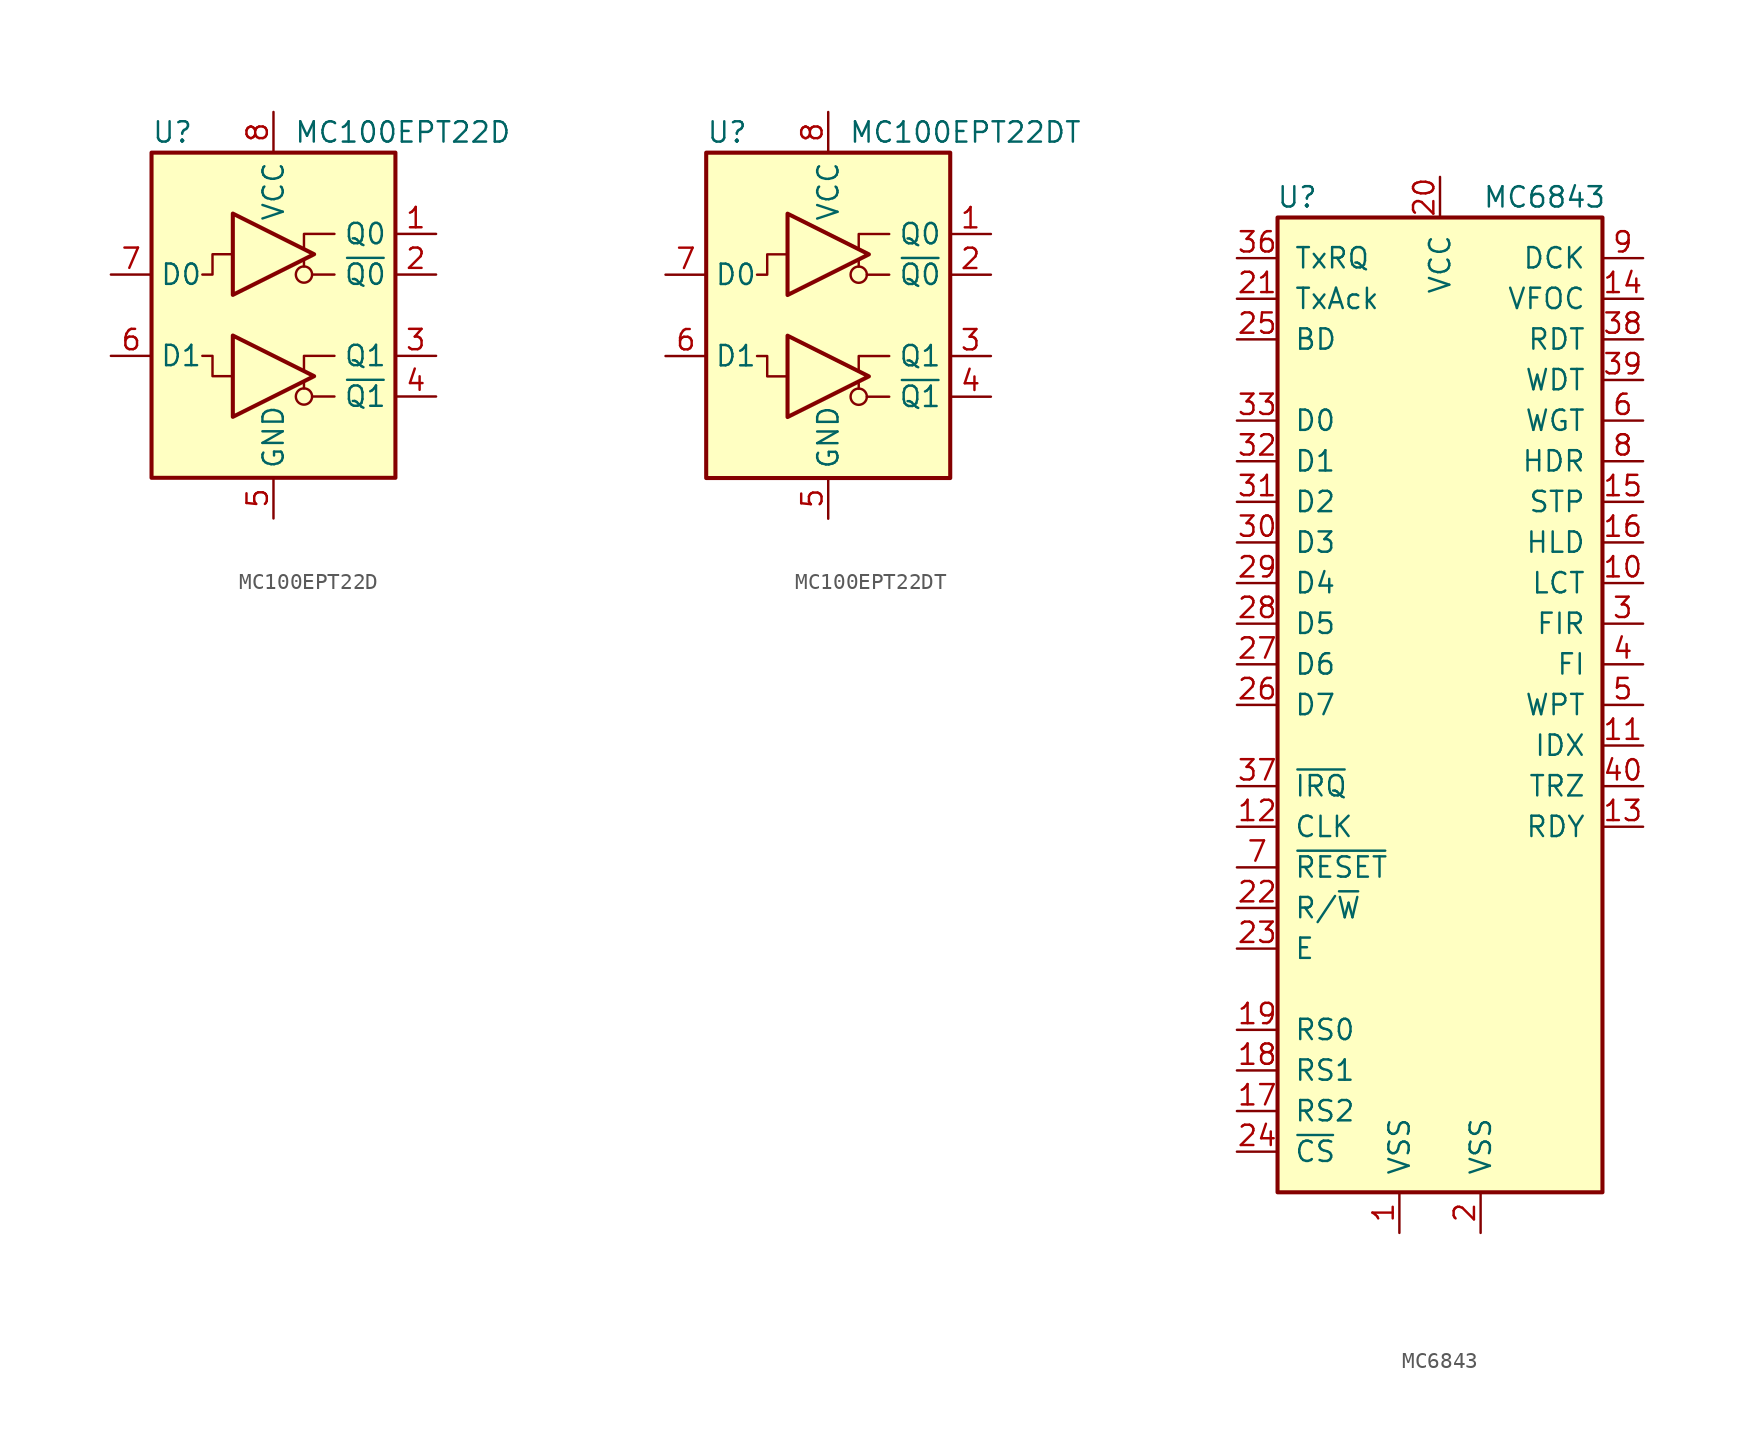
<source format=kicad_sym>
(kicad_symbol_lib
  (version 20200908)
  (generator kicad_symbol_editor)
  (symbol "Interface:MC100EPT22D"
    (property "Reference" "U"
      (at -7.62 11.43 0)
      (effects (font (size 1.27 1.27)) (justify left)))
    (property "Value" "MC100EPT22D"
      (at 1.27 11.43 0)
      (effects (font (size 1.27 1.27)) (justify left)))
    (symbol "MC100EPT22D_1_0"
      (circle (center 1.905 -5.08) (radius 0.508) (stroke (width 0)) (fill (type none)))
      (circle (center 1.905 2.54) (radius 0.508) (stroke (width 0)) (fill (type none)))
      (rectangle (start -7.62 10.16) (end 7.62 -10.16) (stroke (width 0.254)) (fill (type background)))
      (polyline (pts (xy 3.81 -5.08) (xy 2.413 -5.08)) (stroke (width 0)) (fill (type none)))
      (polyline (pts (xy 3.81 2.54) (xy 2.413 2.54)) (stroke (width 0)) (fill (type none)))
      (polyline (pts (xy 1.905 -3.429) (xy 1.905 -2.54) (xy 3.81 -2.54)) (stroke (width 0)) (fill (type none)))
      (polyline (pts (xy 1.905 4.191) (xy 1.905 5.08) (xy 3.81 5.08)) (stroke (width 0)) (fill (type none)))
      (polyline (pts (xy -2.54 -3.81) (xy -3.81 -3.81) (xy -3.81 -2.54) (xy -4.445 -2.54)) (stroke (width 0)) (fill (type none)))
      (polyline (pts (xy -2.54 3.81) (xy -3.81 3.81) (xy -3.81 2.54) (xy -4.445 2.54)) (stroke (width 0)) (fill (type none))))
    (symbol "MC100EPT22D_0_1"
      (polyline (pts (xy 1.905 -4.572) (xy 1.905 -4.191)) (stroke (width 0)) (fill (type none)))
      (polyline (pts (xy 1.905 3.048) (xy 1.905 3.429)) (stroke (width 0)) (fill (type none))))
    (symbol "MC100EPT22D_1_1"
      (polyline (pts (xy -2.54 -1.27) (xy -2.54 -6.35) (xy 2.54 -3.81) (xy -2.54 -1.27)) (stroke (width 0.254)) (fill (type none)))
      (polyline (pts (xy -2.54 6.35) (xy -2.54 1.27) (xy 2.54 3.81) (xy -2.54 6.35)) (stroke (width 0.254)) (fill (type none)))
      (pin output line (at 10.16 5.08 180) (length 2.54) (name "Q0" (effects (font (size 1.27 1.27)))) (number "1" (effects (font (size 1.27 1.27)))))
      (pin output line (at 10.16 2.54 180) (length 2.54) (name "~Q0" (effects (font (size 1.27 1.27)))) (number "2" (effects (font (size 1.27 1.27)))))
      (pin output line (at 10.16 -2.54 180) (length 2.54) (name "Q1" (effects (font (size 1.27 1.27)))) (number "3" (effects (font (size 1.27 1.27)))))
      (pin output line (at 10.16 -5.08 180) (length 2.54) (name "~Q1" (effects (font (size 1.27 1.27)))) (number "4" (effects (font (size 1.27 1.27)))))
      (pin power_in line (at 0 -12.7 90) (length 2.54) (name "GND" (effects (font (size 1.27 1.27)))) (number "5" (effects (font (size 1.27 1.27)))))
      (pin input line (at -10.16 -2.54 0) (length 2.54) (name "D1" (effects (font (size 1.27 1.27)))) (number "6" (effects (font (size 1.27 1.27)))))
      (pin input line (at -10.16 2.54 0) (length 2.54) (name "D0" (effects (font (size 1.27 1.27)))) (number "7" (effects (font (size 1.27 1.27)))))
      (pin power_in line (at 0 12.7 270) (length 2.54) (name "VCC" (effects (font (size 1.27 1.27)))) (number "8" (effects (font (size 1.27 1.27)))))))
  (symbol "Interface:MC100EPT22DT"
    (property "Reference" "U"
      (at -7.62 11.43 0)
      (effects (font (size 1.27 1.27)) (justify left)))
    (property "Value" "MC100EPT22DT"
      (at 1.27 11.43 0)
      (effects (font (size 1.27 1.27)) (justify left)))
    (symbol "MC100EPT22DT_1_0"
      (circle (center 1.905 -5.08) (radius 0.508) (stroke (width 0)) (fill (type none)))
      (circle (center 1.905 2.54) (radius 0.508) (stroke (width 0)) (fill (type none)))
      (rectangle (start -7.62 10.16) (end 7.62 -10.16) (stroke (width 0.254)) (fill (type background)))
      (polyline (pts (xy 3.81 -5.08) (xy 2.413 -5.08)) (stroke (width 0)) (fill (type none)))
      (polyline (pts (xy 3.81 2.54) (xy 2.413 2.54)) (stroke (width 0)) (fill (type none)))
      (polyline (pts (xy 1.905 -3.429) (xy 1.905 -2.54) (xy 3.81 -2.54)) (stroke (width 0)) (fill (type none)))
      (polyline (pts (xy 1.905 4.191) (xy 1.905 5.08) (xy 3.81 5.08)) (stroke (width 0)) (fill (type none)))
      (polyline (pts (xy -2.54 -3.81) (xy -3.81 -3.81) (xy -3.81 -2.54) (xy -4.445 -2.54)) (stroke (width 0)) (fill (type none)))
      (polyline (pts (xy -2.54 3.81) (xy -3.81 3.81) (xy -3.81 2.54) (xy -4.445 2.54)) (stroke (width 0)) (fill (type none))))
    (symbol "MC100EPT22DT_0_1"
      (polyline (pts (xy 1.905 -4.572) (xy 1.905 -4.191)) (stroke (width 0)) (fill (type none)))
      (polyline (pts (xy 1.905 3.048) (xy 1.905 3.429)) (stroke (width 0)) (fill (type none))))
    (symbol "MC100EPT22DT_1_1"
      (polyline (pts (xy -2.54 -1.27) (xy -2.54 -6.35) (xy 2.54 -3.81) (xy -2.54 -1.27)) (stroke (width 0.254)) (fill (type none)))
      (polyline (pts (xy -2.54 6.35) (xy -2.54 1.27) (xy 2.54 3.81) (xy -2.54 6.35)) (stroke (width 0.254)) (fill (type none)))
      (pin output line (at 10.16 5.08 180) (length 2.54) (name "Q0" (effects (font (size 1.27 1.27)))) (number "1" (effects (font (size 1.27 1.27)))))
      (pin output line (at 10.16 2.54 180) (length 2.54) (name "~Q0" (effects (font (size 1.27 1.27)))) (number "2" (effects (font (size 1.27 1.27)))))
      (pin output line (at 10.16 -2.54 180) (length 2.54) (name "Q1" (effects (font (size 1.27 1.27)))) (number "3" (effects (font (size 1.27 1.27)))))
      (pin output line (at 10.16 -5.08 180) (length 2.54) (name "~Q1" (effects (font (size 1.27 1.27)))) (number "4" (effects (font (size 1.27 1.27)))))
      (pin power_in line (at 0 -12.7 90) (length 2.54) (name "GND" (effects (font (size 1.27 1.27)))) (number "5" (effects (font (size 1.27 1.27)))))
      (pin input line (at -10.16 -2.54 0) (length 2.54) (name "D1" (effects (font (size 1.27 1.27)))) (number "6" (effects (font (size 1.27 1.27)))))
      (pin input line (at -10.16 2.54 0) (length 2.54) (name "D0" (effects (font (size 1.27 1.27)))) (number "7" (effects (font (size 1.27 1.27)))))
      (pin power_in line (at 0 12.7 270) (length 2.54) (name "VCC" (effects (font (size 1.27 1.27)))) (number "8" (effects (font (size 1.27 1.27)))))))
  (symbol "Interface:MC6843"
    (pin_names
      (offset 1.016))
    (property "Reference" "U"
      (at -7.62 34.29 0)
      (effects (font (size 1.27 1.27)) (justify right)))
    (property "Value" "MC6843"
      (at 10.414 34.29 0)
      (effects (font (size 1.27 1.27)) (justify right)))
    (symbol "MC6843_0_1"
      (rectangle (start -10.16 -27.94) (end 10.16 33.02) (stroke (width 0.254)) (fill (type background))))
    (symbol "MC6843_1_1"
      (pin power_in line (at -2.54 -30.48 90) (length 2.54) (name "VSS" (effects (font (size 1.27 1.27)))) (number "1" (effects (font (size 1.27 1.27)))))
      (pin output line (at 12.7 10.16 180) (length 2.54) (name "LCT" (effects (font (size 1.27 1.27)))) (number "10" (effects (font (size 1.27 1.27)))))
      (pin input line (at 12.7 0 180) (length 2.54) (name "IDX" (effects (font (size 1.27 1.27)))) (number "11" (effects (font (size 1.27 1.27)))))
      (pin input line (at -12.7 -5.08 0) (length 2.54) (name "CLK" (effects (font (size 1.27 1.27)))) (number "12" (effects (font (size 1.27 1.27)))))
      (pin input line (at 12.7 -5.08 180) (length 2.54) (name "RDY" (effects (font (size 1.27 1.27)))) (number "13" (effects (font (size 1.27 1.27)))))
      (pin output line (at 12.7 27.94 180) (length 2.54) (name "VFOC" (effects (font (size 1.27 1.27)))) (number "14" (effects (font (size 1.27 1.27)))))
      (pin output line (at 12.7 15.24 180) (length 2.54) (name "STP" (effects (font (size 1.27 1.27)))) (number "15" (effects (font (size 1.27 1.27)))))
      (pin output line (at 12.7 12.7 180) (length 2.54) (name "HLD" (effects (font (size 1.27 1.27)))) (number "16" (effects (font (size 1.27 1.27)))))
      (pin input line (at -12.7 -22.86 0) (length 2.54) (name "RS2" (effects (font (size 1.27 1.27)))) (number "17" (effects (font (size 1.27 1.27)))))
      (pin input line (at -12.7 -20.32 0) (length 2.54) (name "RS1" (effects (font (size 1.27 1.27)))) (number "18" (effects (font (size 1.27 1.27)))))
      (pin input line (at -12.7 -17.78 0) (length 2.54) (name "RS0" (effects (font (size 1.27 1.27)))) (number "19" (effects (font (size 1.27 1.27)))))
      (pin power_in line (at 2.54 -30.48 90) (length 2.54) (name "VSS" (effects (font (size 1.27 1.27)))) (number "2" (effects (font (size 1.27 1.27)))))
      (pin power_in line (at 0 35.56 270) (length 2.54) (name "VCC" (effects (font (size 1.27 1.27)))) (number "20" (effects (font (size 1.27 1.27)))))
      (pin input line (at -12.7 27.94 0) (length 2.54) (name "TxAck" (effects (font (size 1.27 1.27)))) (number "21" (effects (font (size 1.27 1.27)))))
      (pin input line (at -12.7 -10.16 0) (length 2.54) (name "R/~W" (effects (font (size 1.27 1.27)))) (number "22" (effects (font (size 1.27 1.27)))))
      (pin input line (at -12.7 -12.7 0) (length 2.54) (name "E" (effects (font (size 1.27 1.27)))) (number "23" (effects (font (size 1.27 1.27)))))
      (pin input line (at -12.7 -25.4 0) (length 2.54) (name "~CS" (effects (font (size 1.27 1.27)))) (number "24" (effects (font (size 1.27 1.27)))))
      (pin output line (at -12.7 25.4 0) (length 2.54) (name "BD" (effects (font (size 1.27 1.27)))) (number "25" (effects (font (size 1.27 1.27)))))
      (pin bidirectional line (at -12.7 2.54 0) (length 2.54) (name "D7" (effects (font (size 1.27 1.27)))) (number "26" (effects (font (size 1.27 1.27)))))
      (pin bidirectional line (at -12.7 5.08 0) (length 2.54) (name "D6" (effects (font (size 1.27 1.27)))) (number "27" (effects (font (size 1.27 1.27)))))
      (pin bidirectional line (at -12.7 7.62 0) (length 2.54) (name "D5" (effects (font (size 1.27 1.27)))) (number "28" (effects (font (size 1.27 1.27)))))
      (pin bidirectional line (at -12.7 10.16 0) (length 2.54) (name "D4" (effects (font (size 1.27 1.27)))) (number "29" (effects (font (size 1.27 1.27)))))
      (pin output line (at 12.7 7.62 180) (length 2.54) (name "FIR" (effects (font (size 1.27 1.27)))) (number "3" (effects (font (size 1.27 1.27)))))
      (pin bidirectional line (at -12.7 12.7 0) (length 2.54) (name "D3" (effects (font (size 1.27 1.27)))) (number "30" (effects (font (size 1.27 1.27)))))
      (pin bidirectional line (at -12.7 15.24 0) (length 2.54) (name "D2" (effects (font (size 1.27 1.27)))) (number "31" (effects (font (size 1.27 1.27)))))
      (pin bidirectional line (at -12.7 17.78 0) (length 2.54) (name "D1" (effects (font (size 1.27 1.27)))) (number "32" (effects (font (size 1.27 1.27)))))
      (pin bidirectional line (at -12.7 20.32 0) (length 2.54) (name "D0" (effects (font (size 1.27 1.27)))) (number "33" (effects (font (size 1.27 1.27)))))
      (pin unconnected line (at 10.16 -17.78 180) (length 2.54) hide (name "NC" (effects (font (size 1.27 1.27)))) (number "34" (effects (font (size 1.27 1.27)))))
      (pin unconnected line (at 10.16 -20.32 180) (length 2.54) hide (name "NC" (effects (font (size 1.27 1.27)))) (number "35" (effects (font (size 1.27 1.27)))))
      (pin output line (at -12.7 30.48 0) (length 2.54) (name "TxRQ" (effects (font (size 1.27 1.27)))) (number "36" (effects (font (size 1.27 1.27)))))
      (pin open_collector line (at -12.7 -2.54 0) (length 2.54) (name "~IRQ" (effects (font (size 1.27 1.27)))) (number "37" (effects (font (size 1.27 1.27)))))
      (pin input line (at 12.7 25.4 180) (length 2.54) (name "RDT" (effects (font (size 1.27 1.27)))) (number "38" (effects (font (size 1.27 1.27)))))
      (pin output line (at 12.7 22.86 180) (length 2.54) (name "WDT" (effects (font (size 1.27 1.27)))) (number "39" (effects (font (size 1.27 1.27)))))
      (pin input line (at 12.7 5.08 180) (length 2.54) (name "FI" (effects (font (size 1.27 1.27)))) (number "4" (effects (font (size 1.27 1.27)))))
      (pin input line (at 12.7 -2.54 180) (length 2.54) (name "TRZ" (effects (font (size 1.27 1.27)))) (number "40" (effects (font (size 1.27 1.27)))))
      (pin input line (at 12.7 2.54 180) (length 2.54) (name "WPT" (effects (font (size 1.27 1.27)))) (number "5" (effects (font (size 1.27 1.27)))))
      (pin output line (at 12.7 20.32 180) (length 2.54) (name "WGT" (effects (font (size 1.27 1.27)))) (number "6" (effects (font (size 1.27 1.27)))))
      (pin input line (at -12.7 -7.62 0) (length 2.54) (name "~RESET" (effects (font (size 1.27 1.27)))) (number "7" (effects (font (size 1.27 1.27)))))
      (pin output line (at 12.7 17.78 180) (length 2.54) (name "HDR" (effects (font (size 1.27 1.27)))) (number "8" (effects (font (size 1.27 1.27)))))
      (pin input line (at 12.7 30.48 180) (length 2.54) (name "DCK" (effects (font (size 1.27 1.27)))) (number "9" (effects (font (size 1.27 1.27))))))))
</source>
